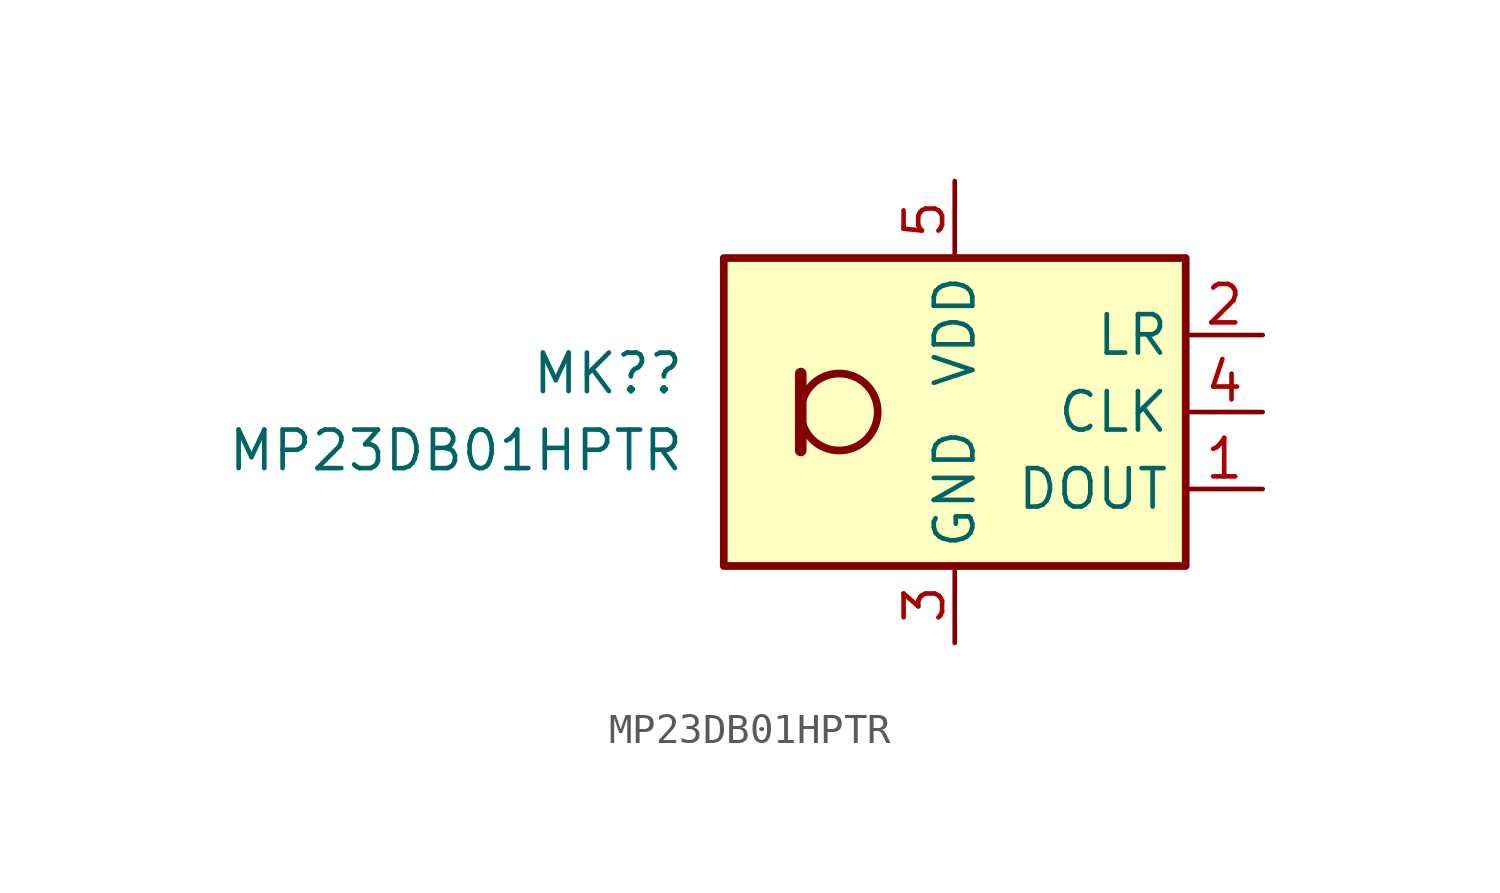
<source format=kicad_sym>
(kicad_symbol_lib
  (version 20211014)
  (generator kicad_symbol_editor)
  (symbol "MP23DB01HPTR"
    (property "Reference" "MK?"
      (at -8.89 1.27 0)
      (effects (font (size 1.27 1.27)) (justify right)))
    (property "Value" "MP23DB01HPTR"
      (at -8.89 -1.27 0)
      (effects (font (size 1.27 1.27)) (justify right)))
    (symbol "MP23DB01HPTR_0_1"
      (rectangle (start -7.62 5.08) (end 7.62 -5.08) (stroke (width 0.254) (type default) (color 0 0 0 0)) (fill (type background)))
      (circle (center -3.81 0) (radius 1.27) (stroke (width 0.254) (type default) (color 0 0 0 0)) (fill (type none)))
      (polyline (pts (xy -5.08 1.27) (xy -5.08 -1.27)) (stroke (width 0.381) (type default) (color 0 0 0 0)) (fill (type none))))
    (symbol "MP23DB01HPTR_1_1"
      (pin output line (at 10.16 -2.54 180) (length 2.54) (name "DOUT" (effects (font (size 1.27 1.27)))) (number "1" (effects (font (size 1.27 1.27)))))
      (pin input line (at 10.16 2.54 180) (length 2.54) (name "LR" (effects (font (size 1.27 1.27)))) (number "2" (effects (font (size 1.27 1.27)))))
      (pin power_in line (at 0 -7.62 90) (length 2.54) (name "GND" (effects (font (size 1.27 1.27)))) (number "3" (effects (font (size 1.27 1.27)))))
      (pin input line (at 10.16 0 180) (length 2.54) (name "CLK" (effects (font (size 1.27 1.27)))) (number "4" (effects (font (size 1.27 1.27)))))
      (pin power_in line (at 0 7.62 270) (length 2.54) (name "VDD" (effects (font (size 1.27 1.27)))) (number "5" (effects (font (size 1.27 1.27))))))))
</source>
